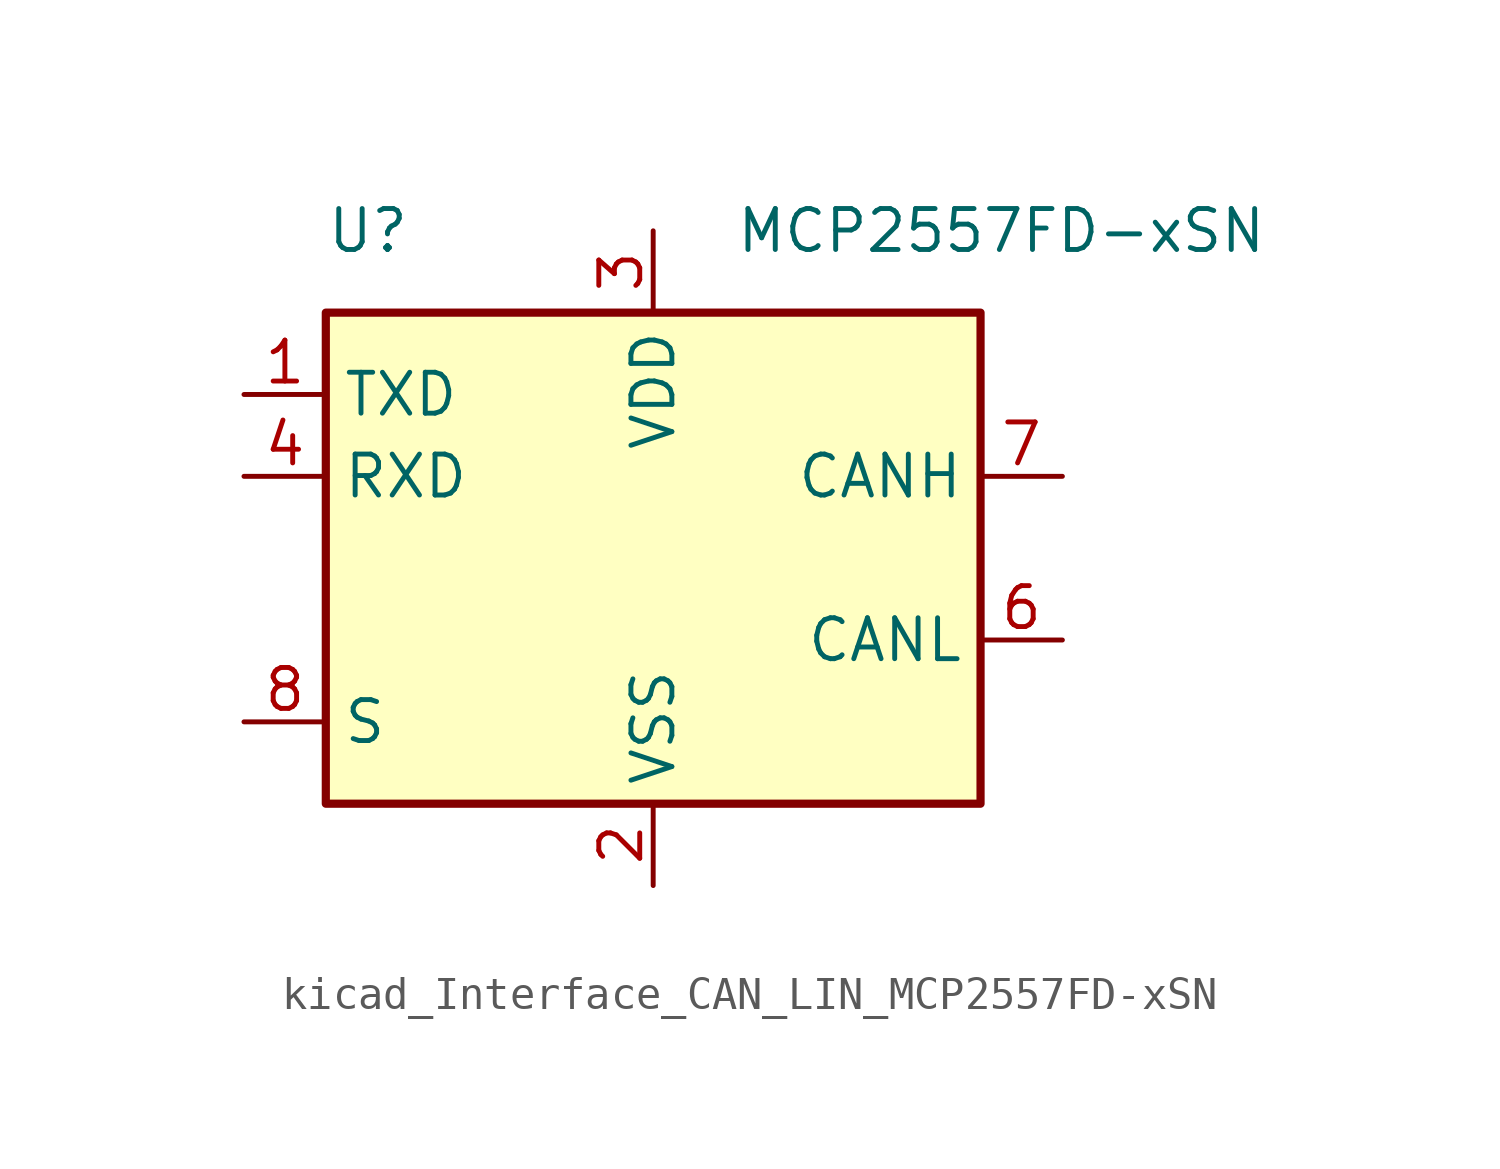
<source format=kicad_sym>
(kicad_symbol_lib
  (version 20220914)
  (generator kicad_symbol_editor)
  (symbol "kicad_Interface_CAN_LIN_MCP2557FD-xSN"
    (property "Reference" "U"
      (at -10.16 10.16 0)
      (effects (font (size 1.27 1.27)) (justify left)))
    (property "Value" "MCP2557FD-xSN"
      (at 2.54 10.16 0)
      (effects (font (size 1.27 1.27)) (justify left)))
    (symbol "kicad_Interface_CAN_LIN_MCP2557FD-xSN_0_1"
      (rectangle (start -10.16 7.62) (end 10.16 -7.62) (stroke (width 0.254) (type default)) (fill (type background))))
    (symbol "kicad_Interface_CAN_LIN_MCP2557FD-xSN_1_1"
      (pin input line (at -12.7 5.08 0) (length 2.54) (name "TXD" (effects (font (size 1.27 1.27)))) (number "1" (effects (font (size 1.27 1.27)))))
      (pin power_in line (at 0 -10.16 90) (length 2.54) (name "VSS" (effects (font (size 1.27 1.27)))) (number "2" (effects (font (size 1.27 1.27)))))
      (pin power_in line (at 0 10.16 270) (length 2.54) (name "VDD" (effects (font (size 1.27 1.27)))) (number "3" (effects (font (size 1.27 1.27)))))
      (pin output line (at -12.7 2.54 0) (length 2.54) (name "RXD" (effects (font (size 1.27 1.27)))) (number "4" (effects (font (size 1.27 1.27)))))
      (pin no_connect line (at -10.16 -2.54 0) (length 2.54) hide (name "NC" (effects (font (size 1.27 1.27)))) (number "5" (effects (font (size 1.27 1.27)))))
      (pin bidirectional line (at 12.7 -2.54 180) (length 2.54) (name "CANL" (effects (font (size 1.27 1.27)))) (number "6" (effects (font (size 1.27 1.27)))))
      (pin bidirectional line (at 12.7 2.54 180) (length 2.54) (name "CANH" (effects (font (size 1.27 1.27)))) (number "7" (effects (font (size 1.27 1.27)))))
      (pin input line (at -12.7 -5.08 0) (length 2.54) (name "S" (effects (font (size 1.27 1.27)))) (number "8" (effects (font (size 1.27 1.27))))))))
</source>
